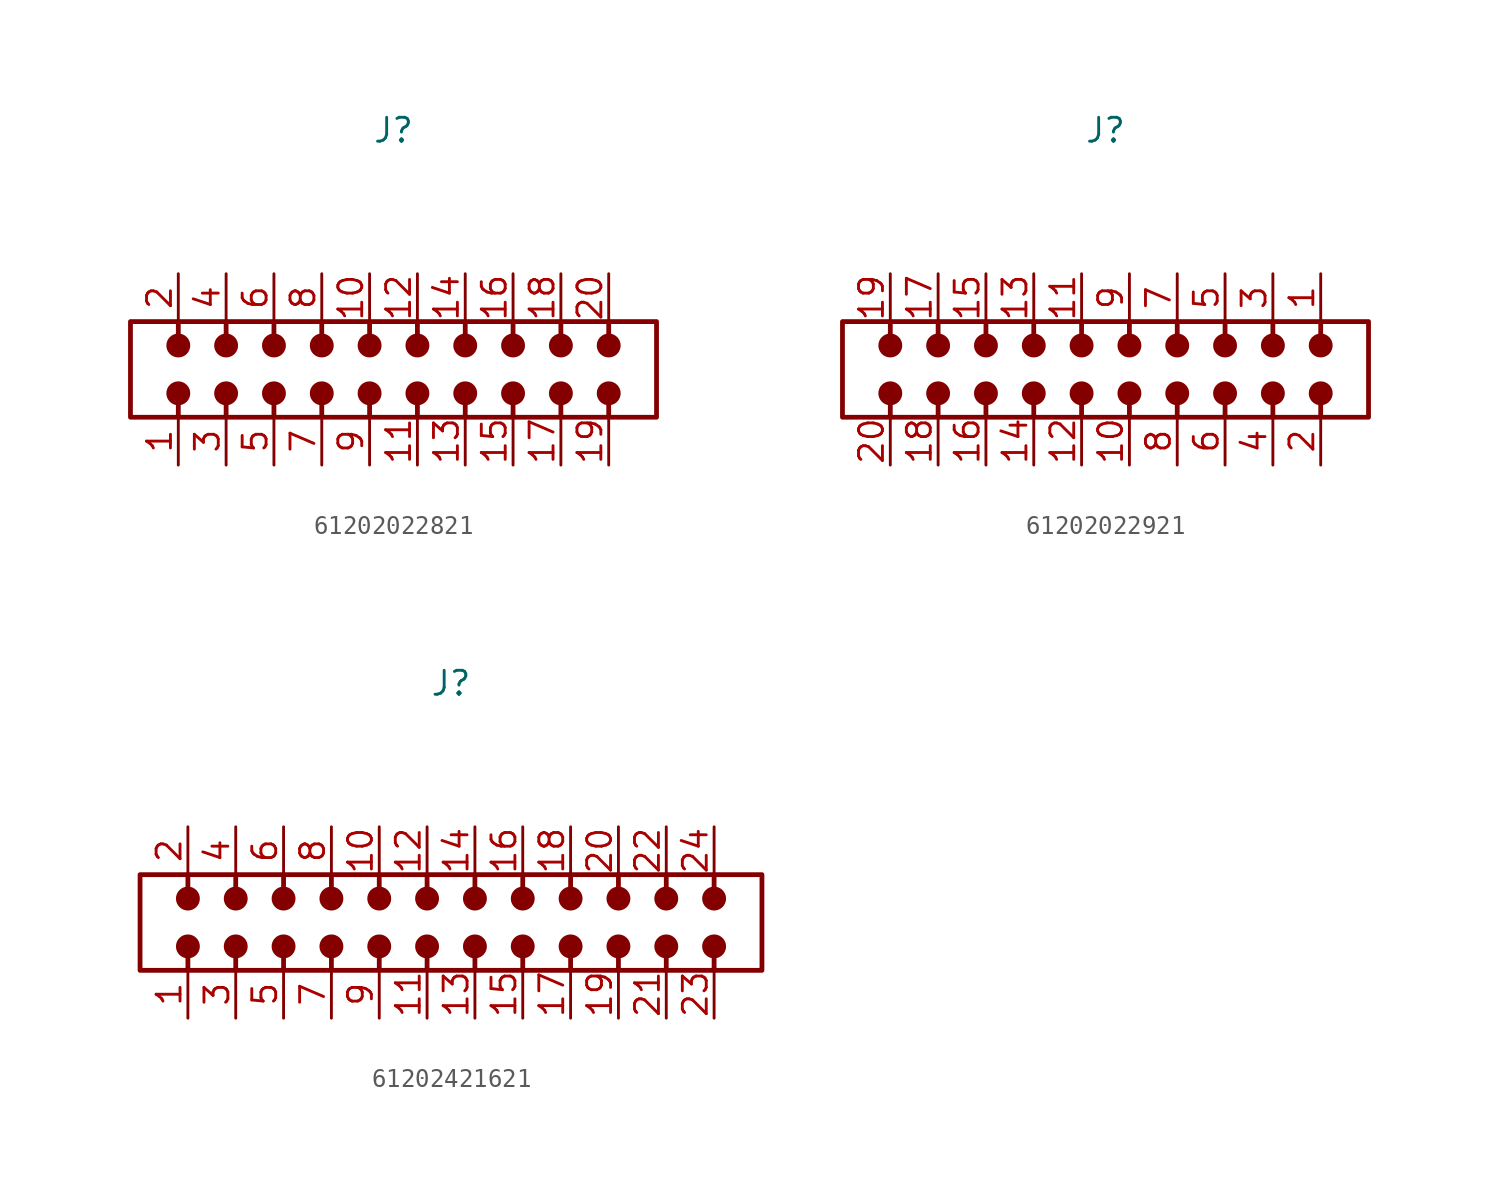
<source format=kicad_sym>
(kicad_symbol_lib
  (version 20241209)
  (generator "kicad_symbol_editor")
  (generator_version "9.0")
  (symbol "61202022821"
    (pin_names
      (hide yes))
    (property "Reference" "J"
      (at 0 12.7 0)
      (effects (font (size 1.27 1.27))))
    (symbol "61202022821_1_1"
      (rectangle (start -13.97 2.54) (end 13.97 -2.54) (stroke (width 0.254) (type solid)) (fill (type none)))
      (polyline (pts (xy -11.43 1.778) (xy -11.43 2.54)) (stroke (width 0.254) (type solid)) (fill (type none)))
      (circle (center -11.43 1.27) (radius 0.508) (stroke (width 0.254) (type solid)) (fill (type outline)))
      (circle (center -11.43 -1.27) (radius 0.508) (stroke (width 0.254) (type solid)) (fill (type outline)))
      (polyline (pts (xy -11.43 -1.778) (xy -11.43 -2.54)) (stroke (width 0.254) (type solid)) (fill (type none)))
      (polyline (pts (xy -8.89 1.778) (xy -8.89 2.54)) (stroke (width 0.254) (type solid)) (fill (type none)))
      (circle (center -8.89 1.27) (radius 0.508) (stroke (width 0.254) (type solid)) (fill (type outline)))
      (circle (center -8.89 -1.27) (radius 0.508) (stroke (width 0.254) (type solid)) (fill (type outline)))
      (polyline (pts (xy -8.89 -1.778) (xy -8.89 -2.54)) (stroke (width 0.254) (type solid)) (fill (type none)))
      (polyline (pts (xy -6.35 1.778) (xy -6.35 2.54)) (stroke (width 0.254) (type solid)) (fill (type none)))
      (circle (center -6.35 1.27) (radius 0.508) (stroke (width 0.254) (type solid)) (fill (type outline)))
      (circle (center -6.35 -1.27) (radius 0.508) (stroke (width 0.254) (type solid)) (fill (type outline)))
      (polyline (pts (xy -6.35 -1.778) (xy -6.35 -2.54)) (stroke (width 0.254) (type solid)) (fill (type none)))
      (polyline (pts (xy -3.81 1.778) (xy -3.81 2.54)) (stroke (width 0.254) (type solid)) (fill (type none)))
      (circle (center -3.81 1.27) (radius 0.508) (stroke (width 0.254) (type solid)) (fill (type outline)))
      (circle (center -3.81 -1.27) (radius 0.508) (stroke (width 0.254) (type solid)) (fill (type outline)))
      (polyline (pts (xy -3.81 -1.778) (xy -3.81 -2.54)) (stroke (width 0.254) (type solid)) (fill (type none)))
      (polyline (pts (xy -1.27 1.778) (xy -1.27 2.54)) (stroke (width 0.254) (type solid)) (fill (type none)))
      (circle (center -1.27 1.27) (radius 0.508) (stroke (width 0.254) (type solid)) (fill (type outline)))
      (circle (center -1.27 -1.27) (radius 0.508) (stroke (width 0.254) (type solid)) (fill (type outline)))
      (polyline (pts (xy -1.27 -1.778) (xy -1.27 -2.54)) (stroke (width 0.254) (type solid)) (fill (type none)))
      (polyline (pts (xy 1.27 1.778) (xy 1.27 2.54)) (stroke (width 0.254) (type solid)) (fill (type none)))
      (circle (center 1.27 1.27) (radius 0.508) (stroke (width 0.254) (type solid)) (fill (type outline)))
      (circle (center 1.27 -1.27) (radius 0.508) (stroke (width 0.254) (type solid)) (fill (type outline)))
      (polyline (pts (xy 1.27 -1.778) (xy 1.27 -2.54)) (stroke (width 0.254) (type solid)) (fill (type none)))
      (polyline (pts (xy 3.81 1.778) (xy 3.81 2.54)) (stroke (width 0.254) (type solid)) (fill (type none)))
      (circle (center 3.81 1.27) (radius 0.508) (stroke (width 0.254) (type solid)) (fill (type outline)))
      (circle (center 3.81 -1.27) (radius 0.508) (stroke (width 0.254) (type solid)) (fill (type outline)))
      (polyline (pts (xy 3.81 -1.778) (xy 3.81 -2.54)) (stroke (width 0.254) (type solid)) (fill (type none)))
      (polyline (pts (xy 6.35 1.778) (xy 6.35 2.54)) (stroke (width 0.254) (type solid)) (fill (type none)))
      (circle (center 6.35 1.27) (radius 0.508) (stroke (width 0.254) (type solid)) (fill (type outline)))
      (circle (center 6.35 -1.27) (radius 0.508) (stroke (width 0.254) (type solid)) (fill (type outline)))
      (polyline (pts (xy 6.35 -1.778) (xy 6.35 -2.54)) (stroke (width 0.254) (type solid)) (fill (type none)))
      (polyline (pts (xy 8.89 1.778) (xy 8.89 2.54)) (stroke (width 0.254) (type solid)) (fill (type none)))
      (circle (center 8.89 1.27) (radius 0.508) (stroke (width 0.254) (type solid)) (fill (type outline)))
      (circle (center 8.89 -1.27) (radius 0.508) (stroke (width 0.254) (type solid)) (fill (type outline)))
      (polyline (pts (xy 8.89 -1.778) (xy 8.89 -2.54)) (stroke (width 0.254) (type solid)) (fill (type none)))
      (polyline (pts (xy 11.43 1.778) (xy 11.43 2.54)) (stroke (width 0.254) (type solid)) (fill (type none)))
      (circle (center 11.43 1.27) (radius 0.508) (stroke (width 0.254) (type solid)) (fill (type outline)))
      (circle (center 11.43 -1.27) (radius 0.508) (stroke (width 0.254) (type solid)) (fill (type outline)))
      (polyline (pts (xy 11.43 -1.778) (xy 11.43 -2.54)) (stroke (width 0.254) (type solid)) (fill (type none)))
      (pin passive line (at -11.43 5.08 270) (length 2.54) (name "2" (effects (font (size 1.27 1.27)))) (number "2" (effects (font (size 1.27 1.27)))))
      (pin passive line (at -11.43 -5.08 90) (length 2.54) (name "1" (effects (font (size 1.27 1.27)))) (number "1" (effects (font (size 1.27 1.27)))))
      (pin passive line (at -8.89 5.08 270) (length 2.54) (name "4" (effects (font (size 1.27 1.27)))) (number "4" (effects (font (size 1.27 1.27)))))
      (pin passive line (at -8.89 -5.08 90) (length 2.54) (name "3" (effects (font (size 1.27 1.27)))) (number "3" (effects (font (size 1.27 1.27)))))
      (pin passive line (at -6.35 5.08 270) (length 2.54) (name "6" (effects (font (size 1.27 1.27)))) (number "6" (effects (font (size 1.27 1.27)))))
      (pin passive line (at -6.35 -5.08 90) (length 2.54) (name "5" (effects (font (size 1.27 1.27)))) (number "5" (effects (font (size 1.27 1.27)))))
      (pin passive line (at -3.81 5.08 270) (length 2.54) (name "8" (effects (font (size 1.27 1.27)))) (number "8" (effects (font (size 1.27 1.27)))))
      (pin passive line (at -3.81 -5.08 90) (length 2.54) (name "7" (effects (font (size 1.27 1.27)))) (number "7" (effects (font (size 1.27 1.27)))))
      (pin passive line (at -1.27 5.08 270) (length 2.54) (name "10" (effects (font (size 1.27 1.27)))) (number "10" (effects (font (size 1.27 1.27)))))
      (pin passive line (at -1.27 -5.08 90) (length 2.54) (name "9" (effects (font (size 1.27 1.27)))) (number "9" (effects (font (size 1.27 1.27)))))
      (pin passive line (at 1.27 5.08 270) (length 2.54) (name "12" (effects (font (size 1.27 1.27)))) (number "12" (effects (font (size 1.27 1.27)))))
      (pin passive line (at 1.27 -5.08 90) (length 2.54) (name "11" (effects (font (size 1.27 1.27)))) (number "11" (effects (font (size 1.27 1.27)))))
      (pin passive line (at 3.81 5.08 270) (length 2.54) (name "14" (effects (font (size 1.27 1.27)))) (number "14" (effects (font (size 1.27 1.27)))))
      (pin passive line (at 3.81 -5.08 90) (length 2.54) (name "13" (effects (font (size 1.27 1.27)))) (number "13" (effects (font (size 1.27 1.27)))))
      (pin passive line (at 6.35 5.08 270) (length 2.54) (name "16" (effects (font (size 1.27 1.27)))) (number "16" (effects (font (size 1.27 1.27)))))
      (pin passive line (at 6.35 -5.08 90) (length 2.54) (name "15" (effects (font (size 1.27 1.27)))) (number "15" (effects (font (size 1.27 1.27)))))
      (pin passive line (at 8.89 5.08 270) (length 2.54) (name "18" (effects (font (size 1.27 1.27)))) (number "18" (effects (font (size 1.27 1.27)))))
      (pin passive line (at 8.89 -5.08 90) (length 2.54) (name "17" (effects (font (size 1.27 1.27)))) (number "17" (effects (font (size 1.27 1.27)))))
      (pin passive line (at 11.43 5.08 270) (length 2.54) (name "20" (effects (font (size 1.27 1.27)))) (number "20" (effects (font (size 1.27 1.27)))))
      (pin passive line (at 11.43 -5.08 90) (length 2.54) (name "19" (effects (font (size 1.27 1.27)))) (number "19" (effects (font (size 1.27 1.27)))))))
  (symbol "61202022921"
    (pin_names
      (hide yes))
    (property "Reference" "J"
      (at 0 12.7 0)
      (effects (font (size 1.27 1.27))))
    (symbol "61202022921_1_1"
      (rectangle (start -13.97 2.54) (end 13.97 -2.54) (stroke (width 0.254) (type solid)) (fill (type none)))
      (polyline (pts (xy -11.43 1.778) (xy -11.43 2.54)) (stroke (width 0.254) (type solid)) (fill (type none)))
      (circle (center -11.43 1.27) (radius 0.508) (stroke (width 0.254) (type solid)) (fill (type outline)))
      (circle (center -11.43 -1.27) (radius 0.508) (stroke (width 0.254) (type solid)) (fill (type outline)))
      (polyline (pts (xy -11.43 -1.778) (xy -11.43 -2.54)) (stroke (width 0.254) (type solid)) (fill (type none)))
      (polyline (pts (xy -8.89 1.778) (xy -8.89 2.54)) (stroke (width 0.254) (type solid)) (fill (type none)))
      (circle (center -8.89 1.27) (radius 0.508) (stroke (width 0.254) (type solid)) (fill (type outline)))
      (circle (center -8.89 -1.27) (radius 0.508) (stroke (width 0.254) (type solid)) (fill (type outline)))
      (polyline (pts (xy -8.89 -1.778) (xy -8.89 -2.54)) (stroke (width 0.254) (type solid)) (fill (type none)))
      (polyline (pts (xy -6.35 1.778) (xy -6.35 2.54)) (stroke (width 0.254) (type solid)) (fill (type none)))
      (circle (center -6.35 1.27) (radius 0.508) (stroke (width 0.254) (type solid)) (fill (type outline)))
      (circle (center -6.35 -1.27) (radius 0.508) (stroke (width 0.254) (type solid)) (fill (type outline)))
      (polyline (pts (xy -6.35 -1.778) (xy -6.35 -2.54)) (stroke (width 0.254) (type solid)) (fill (type none)))
      (polyline (pts (xy -3.81 1.778) (xy -3.81 2.54)) (stroke (width 0.254) (type solid)) (fill (type none)))
      (circle (center -3.81 1.27) (radius 0.508) (stroke (width 0.254) (type solid)) (fill (type outline)))
      (circle (center -3.81 -1.27) (radius 0.508) (stroke (width 0.254) (type solid)) (fill (type outline)))
      (polyline (pts (xy -3.81 -1.778) (xy -3.81 -2.54)) (stroke (width 0.254) (type solid)) (fill (type none)))
      (polyline (pts (xy -1.27 1.778) (xy -1.27 2.54)) (stroke (width 0.254) (type solid)) (fill (type none)))
      (circle (center -1.27 1.27) (radius 0.508) (stroke (width 0.254) (type solid)) (fill (type outline)))
      (circle (center -1.27 -1.27) (radius 0.508) (stroke (width 0.254) (type solid)) (fill (type outline)))
      (polyline (pts (xy -1.27 -1.778) (xy -1.27 -2.54)) (stroke (width 0.254) (type solid)) (fill (type none)))
      (polyline (pts (xy 1.27 1.778) (xy 1.27 2.54)) (stroke (width 0.254) (type solid)) (fill (type none)))
      (circle (center 1.27 1.27) (radius 0.508) (stroke (width 0.254) (type solid)) (fill (type outline)))
      (circle (center 1.27 -1.27) (radius 0.508) (stroke (width 0.254) (type solid)) (fill (type outline)))
      (polyline (pts (xy 1.27 -1.778) (xy 1.27 -2.54)) (stroke (width 0.254) (type solid)) (fill (type none)))
      (polyline (pts (xy 3.81 1.778) (xy 3.81 2.54)) (stroke (width 0.254) (type solid)) (fill (type none)))
      (circle (center 3.81 1.27) (radius 0.508) (stroke (width 0.254) (type solid)) (fill (type outline)))
      (circle (center 3.81 -1.27) (radius 0.508) (stroke (width 0.254) (type solid)) (fill (type outline)))
      (polyline (pts (xy 3.81 -1.778) (xy 3.81 -2.54)) (stroke (width 0.254) (type solid)) (fill (type none)))
      (polyline (pts (xy 6.35 1.778) (xy 6.35 2.54)) (stroke (width 0.254) (type solid)) (fill (type none)))
      (circle (center 6.35 1.27) (radius 0.508) (stroke (width 0.254) (type solid)) (fill (type outline)))
      (circle (center 6.35 -1.27) (radius 0.508) (stroke (width 0.254) (type solid)) (fill (type outline)))
      (polyline (pts (xy 6.35 -1.778) (xy 6.35 -2.54)) (stroke (width 0.254) (type solid)) (fill (type none)))
      (polyline (pts (xy 8.89 1.778) (xy 8.89 2.54)) (stroke (width 0.254) (type solid)) (fill (type none)))
      (circle (center 8.89 1.27) (radius 0.508) (stroke (width 0.254) (type solid)) (fill (type outline)))
      (circle (center 8.89 -1.27) (radius 0.508) (stroke (width 0.254) (type solid)) (fill (type outline)))
      (polyline (pts (xy 8.89 -1.778) (xy 8.89 -2.54)) (stroke (width 0.254) (type solid)) (fill (type none)))
      (polyline (pts (xy 11.43 1.778) (xy 11.43 2.54)) (stroke (width 0.254) (type solid)) (fill (type none)))
      (circle (center 11.43 1.27) (radius 0.508) (stroke (width 0.254) (type solid)) (fill (type outline)))
      (circle (center 11.43 -1.27) (radius 0.508) (stroke (width 0.254) (type solid)) (fill (type outline)))
      (polyline (pts (xy 11.43 -1.778) (xy 11.43 -2.54)) (stroke (width 0.254) (type solid)) (fill (type none)))
      (pin passive line (at -11.43 5.08 270) (length 2.54) (name "19" (effects (font (size 1.27 1.27)))) (number "19" (effects (font (size 1.27 1.27)))))
      (pin passive line (at -11.43 -5.08 90) (length 2.54) (name "20" (effects (font (size 1.27 1.27)))) (number "20" (effects (font (size 1.27 1.27)))))
      (pin passive line (at -8.89 5.08 270) (length 2.54) (name "17" (effects (font (size 1.27 1.27)))) (number "17" (effects (font (size 1.27 1.27)))))
      (pin passive line (at -8.89 -5.08 90) (length 2.54) (name "18" (effects (font (size 1.27 1.27)))) (number "18" (effects (font (size 1.27 1.27)))))
      (pin passive line (at -6.35 5.08 270) (length 2.54) (name "15" (effects (font (size 1.27 1.27)))) (number "15" (effects (font (size 1.27 1.27)))))
      (pin passive line (at -6.35 -5.08 90) (length 2.54) (name "16" (effects (font (size 1.27 1.27)))) (number "16" (effects (font (size 1.27 1.27)))))
      (pin passive line (at -3.81 5.08 270) (length 2.54) (name "13" (effects (font (size 1.27 1.27)))) (number "13" (effects (font (size 1.27 1.27)))))
      (pin passive line (at -3.81 -5.08 90) (length 2.54) (name "14" (effects (font (size 1.27 1.27)))) (number "14" (effects (font (size 1.27 1.27)))))
      (pin passive line (at -1.27 5.08 270) (length 2.54) (name "11" (effects (font (size 1.27 1.27)))) (number "11" (effects (font (size 1.27 1.27)))))
      (pin passive line (at -1.27 -5.08 90) (length 2.54) (name "12" (effects (font (size 1.27 1.27)))) (number "12" (effects (font (size 1.27 1.27)))))
      (pin passive line (at 1.27 5.08 270) (length 2.54) (name "9" (effects (font (size 1.27 1.27)))) (number "9" (effects (font (size 1.27 1.27)))))
      (pin passive line (at 1.27 -5.08 90) (length 2.54) (name "10" (effects (font (size 1.27 1.27)))) (number "10" (effects (font (size 1.27 1.27)))))
      (pin passive line (at 3.81 5.08 270) (length 2.54) (name "7" (effects (font (size 1.27 1.27)))) (number "7" (effects (font (size 1.27 1.27)))))
      (pin passive line (at 3.81 -5.08 90) (length 2.54) (name "8" (effects (font (size 1.27 1.27)))) (number "8" (effects (font (size 1.27 1.27)))))
      (pin passive line (at 6.35 5.08 270) (length 2.54) (name "5" (effects (font (size 1.27 1.27)))) (number "5" (effects (font (size 1.27 1.27)))))
      (pin passive line (at 6.35 -5.08 90) (length 2.54) (name "6" (effects (font (size 1.27 1.27)))) (number "6" (effects (font (size 1.27 1.27)))))
      (pin passive line (at 8.89 5.08 270) (length 2.54) (name "3" (effects (font (size 1.27 1.27)))) (number "3" (effects (font (size 1.27 1.27)))))
      (pin passive line (at 8.89 -5.08 90) (length 2.54) (name "4" (effects (font (size 1.27 1.27)))) (number "4" (effects (font (size 1.27 1.27)))))
      (pin passive line (at 11.43 5.08 270) (length 2.54) (name "1" (effects (font (size 1.27 1.27)))) (number "1" (effects (font (size 1.27 1.27)))))
      (pin passive line (at 11.43 -5.08 90) (length 2.54) (name "2" (effects (font (size 1.27 1.27)))) (number "2" (effects (font (size 1.27 1.27)))))))
  (symbol "61202421621"
    (pin_names
      (hide yes))
    (property "Reference" "J"
      (at 0 12.7 0)
      (effects (font (size 1.27 1.27))))
    (symbol "61202421621_1_1"
      (rectangle (start -16.51 2.54) (end 16.51 -2.54) (stroke (width 0.254) (type solid)) (fill (type none)))
      (polyline (pts (xy -13.97 1.778) (xy -13.97 2.54)) (stroke (width 0.254) (type solid)) (fill (type none)))
      (circle (center -13.97 1.27) (radius 0.508) (stroke (width 0.254) (type solid)) (fill (type outline)))
      (circle (center -13.97 -1.27) (radius 0.508) (stroke (width 0.254) (type solid)) (fill (type outline)))
      (polyline (pts (xy -13.97 -1.778) (xy -13.97 -2.54)) (stroke (width 0.254) (type solid)) (fill (type none)))
      (polyline (pts (xy -11.43 1.778) (xy -11.43 2.54)) (stroke (width 0.254) (type solid)) (fill (type none)))
      (circle (center -11.43 1.27) (radius 0.508) (stroke (width 0.254) (type solid)) (fill (type outline)))
      (circle (center -11.43 -1.27) (radius 0.508) (stroke (width 0.254) (type solid)) (fill (type outline)))
      (polyline (pts (xy -11.43 -1.778) (xy -11.43 -2.54)) (stroke (width 0.254) (type solid)) (fill (type none)))
      (polyline (pts (xy -8.89 1.778) (xy -8.89 2.54)) (stroke (width 0.254) (type solid)) (fill (type none)))
      (circle (center -8.89 1.27) (radius 0.508) (stroke (width 0.254) (type solid)) (fill (type outline)))
      (circle (center -8.89 -1.27) (radius 0.508) (stroke (width 0.254) (type solid)) (fill (type outline)))
      (polyline (pts (xy -8.89 -1.778) (xy -8.89 -2.54)) (stroke (width 0.254) (type solid)) (fill (type none)))
      (polyline (pts (xy -6.35 1.778) (xy -6.35 2.54)) (stroke (width 0.254) (type solid)) (fill (type none)))
      (circle (center -6.35 1.27) (radius 0.508) (stroke (width 0.254) (type solid)) (fill (type outline)))
      (circle (center -6.35 -1.27) (radius 0.508) (stroke (width 0.254) (type solid)) (fill (type outline)))
      (polyline (pts (xy -6.35 -1.778) (xy -6.35 -2.54)) (stroke (width 0.254) (type solid)) (fill (type none)))
      (polyline (pts (xy -3.81 1.778) (xy -3.81 2.54)) (stroke (width 0.254) (type solid)) (fill (type none)))
      (circle (center -3.81 1.27) (radius 0.508) (stroke (width 0.254) (type solid)) (fill (type outline)))
      (circle (center -3.81 -1.27) (radius 0.508) (stroke (width 0.254) (type solid)) (fill (type outline)))
      (polyline (pts (xy -3.81 -1.778) (xy -3.81 -2.54)) (stroke (width 0.254) (type solid)) (fill (type none)))
      (polyline (pts (xy -1.27 1.778) (xy -1.27 2.54)) (stroke (width 0.254) (type solid)) (fill (type none)))
      (circle (center -1.27 1.27) (radius 0.508) (stroke (width 0.254) (type solid)) (fill (type outline)))
      (circle (center -1.27 -1.27) (radius 0.508) (stroke (width 0.254) (type solid)) (fill (type outline)))
      (polyline (pts (xy -1.27 -1.778) (xy -1.27 -2.54)) (stroke (width 0.254) (type solid)) (fill (type none)))
      (polyline (pts (xy 1.27 1.778) (xy 1.27 2.54)) (stroke (width 0.254) (type solid)) (fill (type none)))
      (circle (center 1.27 1.27) (radius 0.508) (stroke (width 0.254) (type solid)) (fill (type outline)))
      (circle (center 1.27 -1.27) (radius 0.508) (stroke (width 0.254) (type solid)) (fill (type outline)))
      (polyline (pts (xy 1.27 -1.778) (xy 1.27 -2.54)) (stroke (width 0.254) (type solid)) (fill (type none)))
      (polyline (pts (xy 3.81 1.778) (xy 3.81 2.54)) (stroke (width 0.254) (type solid)) (fill (type none)))
      (circle (center 3.81 1.27) (radius 0.508) (stroke (width 0.254) (type solid)) (fill (type outline)))
      (circle (center 3.81 -1.27) (radius 0.508) (stroke (width 0.254) (type solid)) (fill (type outline)))
      (polyline (pts (xy 3.81 -1.778) (xy 3.81 -2.54)) (stroke (width 0.254) (type solid)) (fill (type none)))
      (polyline (pts (xy 6.35 1.778) (xy 6.35 2.54)) (stroke (width 0.254) (type solid)) (fill (type none)))
      (circle (center 6.35 1.27) (radius 0.508) (stroke (width 0.254) (type solid)) (fill (type outline)))
      (circle (center 6.35 -1.27) (radius 0.508) (stroke (width 0.254) (type solid)) (fill (type outline)))
      (polyline (pts (xy 6.35 -1.778) (xy 6.35 -2.54)) (stroke (width 0.254) (type solid)) (fill (type none)))
      (polyline (pts (xy 8.89 1.778) (xy 8.89 2.54)) (stroke (width 0.254) (type solid)) (fill (type none)))
      (circle (center 8.89 1.27) (radius 0.508) (stroke (width 0.254) (type solid)) (fill (type outline)))
      (circle (center 8.89 -1.27) (radius 0.508) (stroke (width 0.254) (type solid)) (fill (type outline)))
      (polyline (pts (xy 8.89 -1.778) (xy 8.89 -2.54)) (stroke (width 0.254) (type solid)) (fill (type none)))
      (polyline (pts (xy 11.43 1.778) (xy 11.43 2.54)) (stroke (width 0.254) (type solid)) (fill (type none)))
      (circle (center 11.43 1.27) (radius 0.508) (stroke (width 0.254) (type solid)) (fill (type outline)))
      (circle (center 11.43 -1.27) (radius 0.508) (stroke (width 0.254) (type solid)) (fill (type outline)))
      (polyline (pts (xy 11.43 -1.778) (xy 11.43 -2.54)) (stroke (width 0.254) (type solid)) (fill (type none)))
      (polyline (pts (xy 13.97 1.778) (xy 13.97 2.54)) (stroke (width 0.254) (type solid)) (fill (type none)))
      (circle (center 13.97 1.27) (radius 0.508) (stroke (width 0.254) (type solid)) (fill (type outline)))
      (circle (center 13.97 -1.27) (radius 0.508) (stroke (width 0.254) (type solid)) (fill (type outline)))
      (polyline (pts (xy 13.97 -1.778) (xy 13.97 -2.54)) (stroke (width 0.254) (type solid)) (fill (type none)))
      (pin passive line (at -13.97 5.08 270) (length 2.54) (name "2" (effects (font (size 1.27 1.27)))) (number "2" (effects (font (size 1.27 1.27)))))
      (pin passive line (at -13.97 -5.08 90) (length 2.54) (name "1" (effects (font (size 1.27 1.27)))) (number "1" (effects (font (size 1.27 1.27)))))
      (pin passive line (at -11.43 5.08 270) (length 2.54) (name "4" (effects (font (size 1.27 1.27)))) (number "4" (effects (font (size 1.27 1.27)))))
      (pin passive line (at -11.43 -5.08 90) (length 2.54) (name "3" (effects (font (size 1.27 1.27)))) (number "3" (effects (font (size 1.27 1.27)))))
      (pin passive line (at -8.89 5.08 270) (length 2.54) (name "6" (effects (font (size 1.27 1.27)))) (number "6" (effects (font (size 1.27 1.27)))))
      (pin passive line (at -8.89 -5.08 90) (length 2.54) (name "5" (effects (font (size 1.27 1.27)))) (number "5" (effects (font (size 1.27 1.27)))))
      (pin passive line (at -6.35 5.08 270) (length 2.54) (name "8" (effects (font (size 1.27 1.27)))) (number "8" (effects (font (size 1.27 1.27)))))
      (pin passive line (at -6.35 -5.08 90) (length 2.54) (name "7" (effects (font (size 1.27 1.27)))) (number "7" (effects (font (size 1.27 1.27)))))
      (pin passive line (at -3.81 5.08 270) (length 2.54) (name "10" (effects (font (size 1.27 1.27)))) (number "10" (effects (font (size 1.27 1.27)))))
      (pin passive line (at -3.81 -5.08 90) (length 2.54) (name "9" (effects (font (size 1.27 1.27)))) (number "9" (effects (font (size 1.27 1.27)))))
      (pin passive line (at -1.27 5.08 270) (length 2.54) (name "12" (effects (font (size 1.27 1.27)))) (number "12" (effects (font (size 1.27 1.27)))))
      (pin passive line (at -1.27 -5.08 90) (length 2.54) (name "11" (effects (font (size 1.27 1.27)))) (number "11" (effects (font (size 1.27 1.27)))))
      (pin passive line (at 1.27 5.08 270) (length 2.54) (name "14" (effects (font (size 1.27 1.27)))) (number "14" (effects (font (size 1.27 1.27)))))
      (pin passive line (at 1.27 -5.08 90) (length 2.54) (name "13" (effects (font (size 1.27 1.27)))) (number "13" (effects (font (size 1.27 1.27)))))
      (pin passive line (at 3.81 5.08 270) (length 2.54) (name "16" (effects (font (size 1.27 1.27)))) (number "16" (effects (font (size 1.27 1.27)))))
      (pin passive line (at 3.81 -5.08 90) (length 2.54) (name "15" (effects (font (size 1.27 1.27)))) (number "15" (effects (font (size 1.27 1.27)))))
      (pin passive line (at 6.35 5.08 270) (length 2.54) (name "18" (effects (font (size 1.27 1.27)))) (number "18" (effects (font (size 1.27 1.27)))))
      (pin passive line (at 6.35 -5.08 90) (length 2.54) (name "17" (effects (font (size 1.27 1.27)))) (number "17" (effects (font (size 1.27 1.27)))))
      (pin passive line (at 8.89 5.08 270) (length 2.54) (name "20" (effects (font (size 1.27 1.27)))) (number "20" (effects (font (size 1.27 1.27)))))
      (pin passive line (at 8.89 -5.08 90) (length 2.54) (name "19" (effects (font (size 1.27 1.27)))) (number "19" (effects (font (size 1.27 1.27)))))
      (pin passive line (at 11.43 5.08 270) (length 2.54) (name "22" (effects (font (size 1.27 1.27)))) (number "22" (effects (font (size 1.27 1.27)))))
      (pin passive line (at 11.43 -5.08 90) (length 2.54) (name "21" (effects (font (size 1.27 1.27)))) (number "21" (effects (font (size 1.27 1.27)))))
      (pin passive line (at 13.97 5.08 270) (length 2.54) (name "24" (effects (font (size 1.27 1.27)))) (number "24" (effects (font (size 1.27 1.27)))))
      (pin passive line (at 13.97 -5.08 90) (length 2.54) (name "23" (effects (font (size 1.27 1.27)))) (number "23" (effects (font (size 1.27 1.27))))))))
</source>
